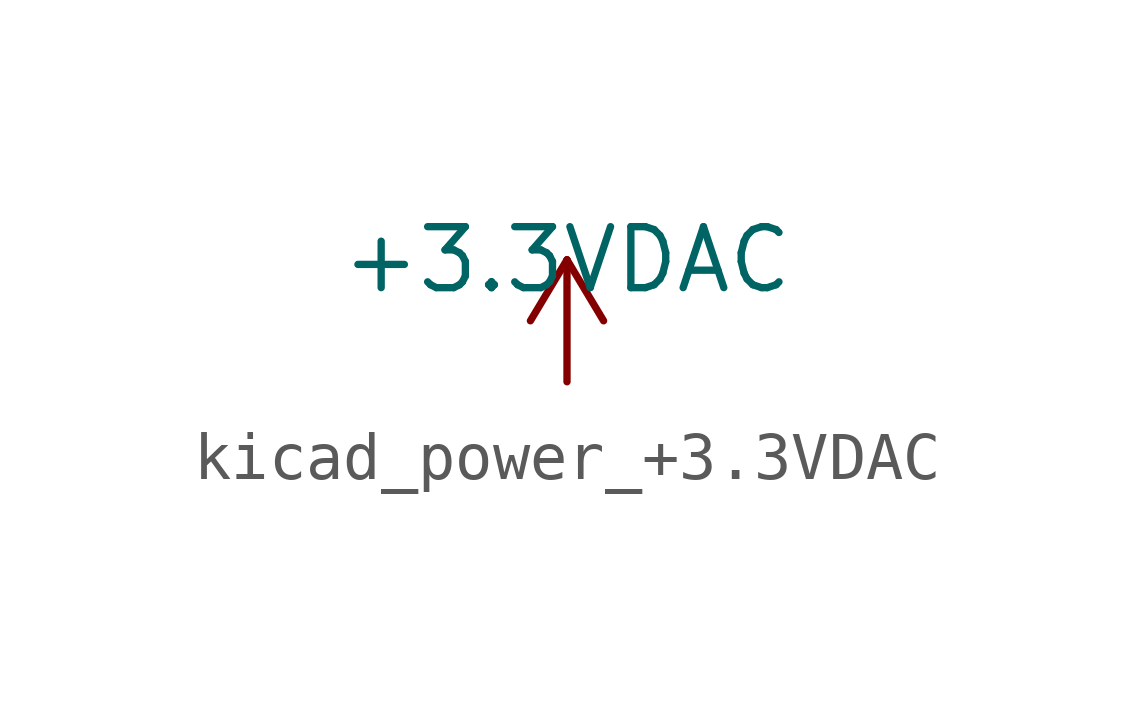
<source format=kicad_sym>
(kicad_symbol_lib
  (version 20220914)
  (generator kicad_symbol_editor)
  (symbol "kicad_power_+3.3VDAC"
    (power)
    (pin_names
      (offset 0))
    (property "Reference" "#PWR"
      (at 3.81 -1.27 0)
      (effects (font (size 1.27 1.27)) hide))
    (property "Value" "+3.3VDAC"
      (at 0 2.54 0)
      (effects (font (size 1.27 1.27))))
    (symbol "kicad_power_+3.3VDAC_0_0"
      (pin power_in line (at 0 0 90) (length 0) hide (name "+3.3VDAC" (effects (font (size 1.27 1.27)))) (number "1" (effects (font (size 1.27 1.27))))))
    (symbol "kicad_power_+3.3VDAC_0_1"
      (polyline (pts (xy -0.762 1.27) (xy 0 2.54)) (stroke (width 0) (type default)) (fill (type none)))
      (polyline (pts (xy 0 0) (xy 0 2.54)) (stroke (width 0) (type default)) (fill (type none)))
      (polyline (pts (xy 0 2.54) (xy 0.762 1.27)) (stroke (width 0) (type default)) (fill (type none))))))
</source>
